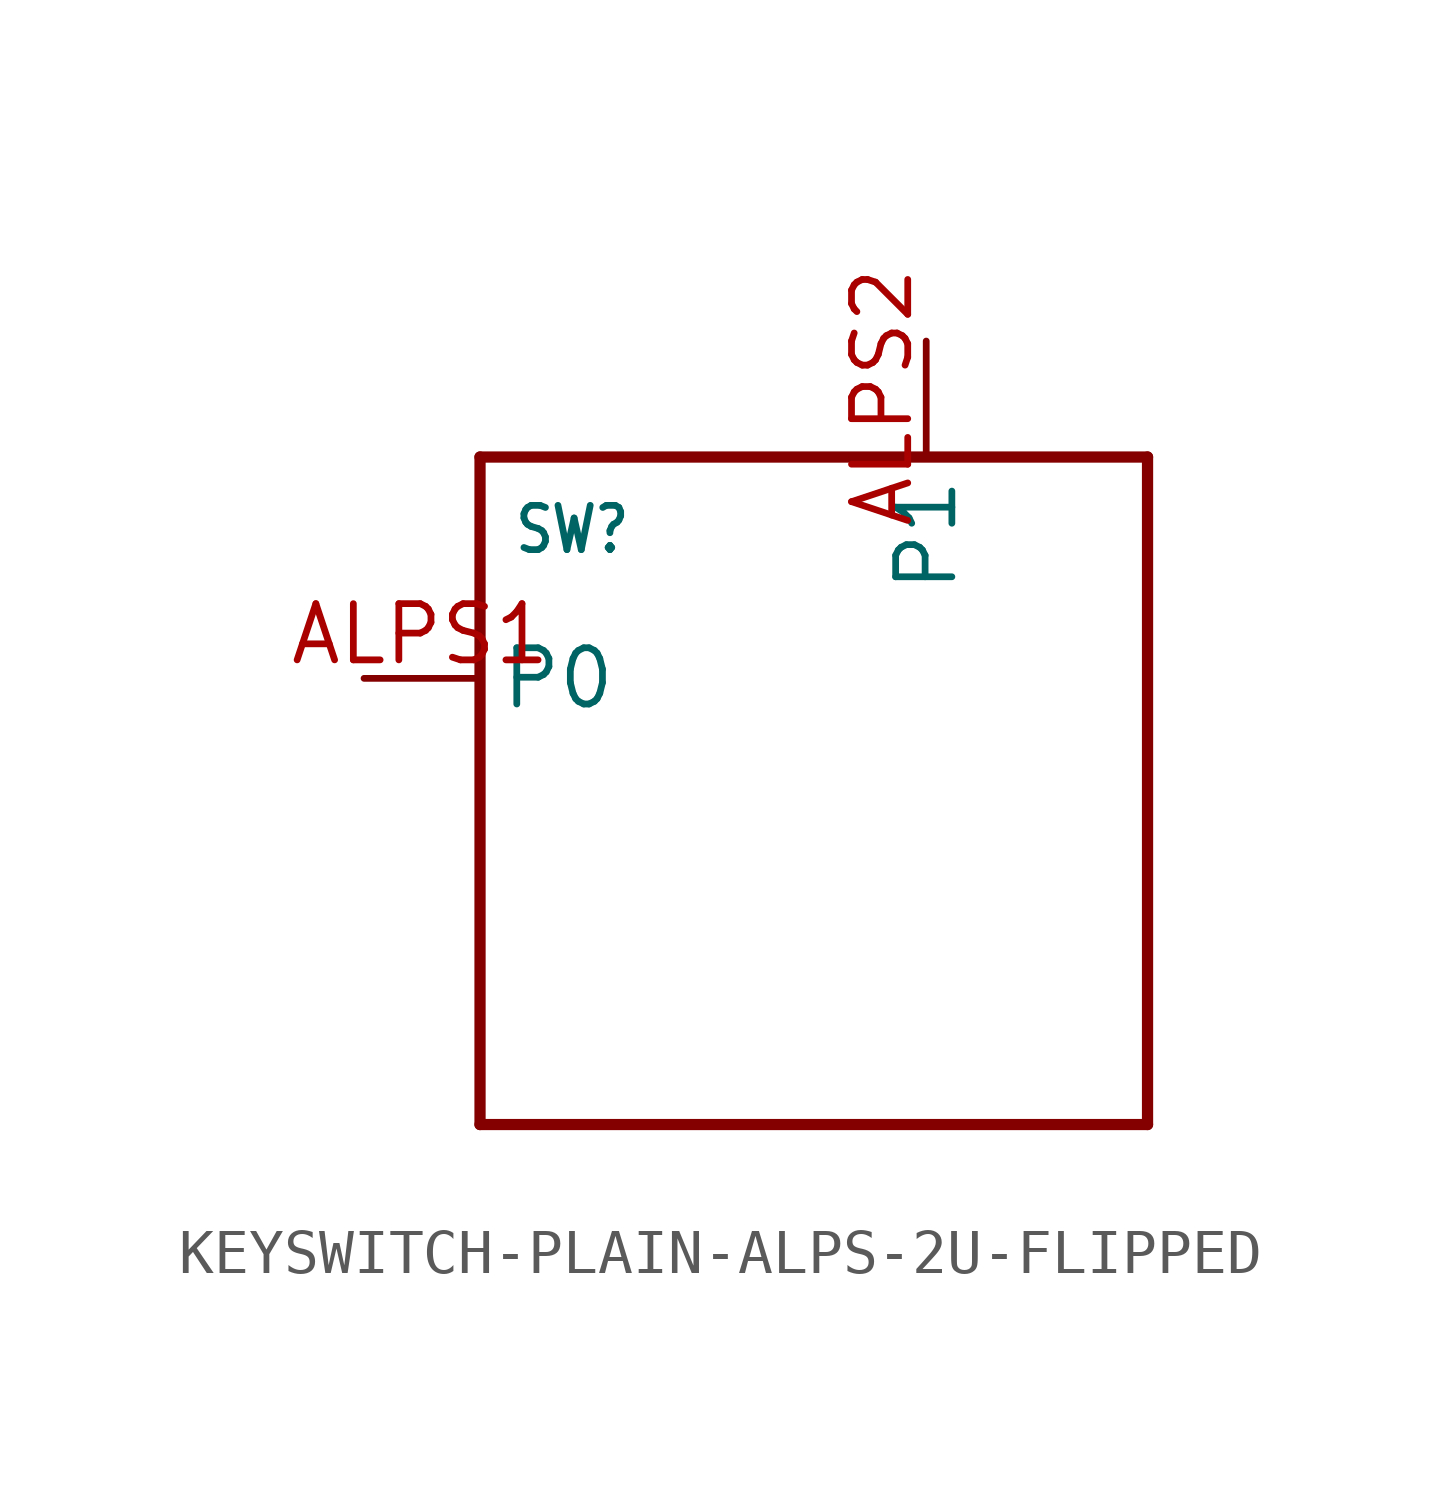
<source format=kicad_sym>
(kicad_symbol_lib
  (version 20211014)
  (generator kicad_symbol_editor)
  (symbol "KEYSWITCH-PLAIN-ALPS-2U-FLIPPED"
    (property "Reference" "SW"
      (at -6.81 5.318 0)
      (effects (font (size 1 0.85)) (justify left bottom)))
    (property "ki_locked" ""
      (at 0 0 0)
      (effects (font (size 1.27 1.27))))
    (symbol "KEYSWITCH-PLAIN-ALPS-2U-FLIPPED_1_0"
      (polyline (pts (xy -7.54 -7.54) (xy -7.54 7.54)) (stroke (width 0.254) (type default) (color 0 0 0 0)) (fill (type none)))
      (polyline (pts (xy -7.54 7.54) (xy 7.54 7.54)) (stroke (width 0.254) (type default) (color 0 0 0 0)) (fill (type none)))
      (polyline (pts (xy 7.54 -7.54) (xy -7.54 -7.54)) (stroke (width 0.254) (type default) (color 0 0 0 0)) (fill (type none)))
      (polyline (pts (xy 7.54 7.54) (xy 7.54 -7.54)) (stroke (width 0.254) (type default) (color 0 0 0 0)) (fill (type none)))
      (pin bidirectional line (at -10.16 2.54 0) (length 2.54) (name "P0" (effects (font (size 1.27 1.27)))) (number "ALPS1" (effects (font (size 1.27 1.27)))))
      (pin bidirectional line (at 2.54 10.16 270) (length 2.54) (name "P1" (effects (font (size 1.27 1.27)))) (number "ALPS2" (effects (font (size 1.27 1.27))))))))
</source>
